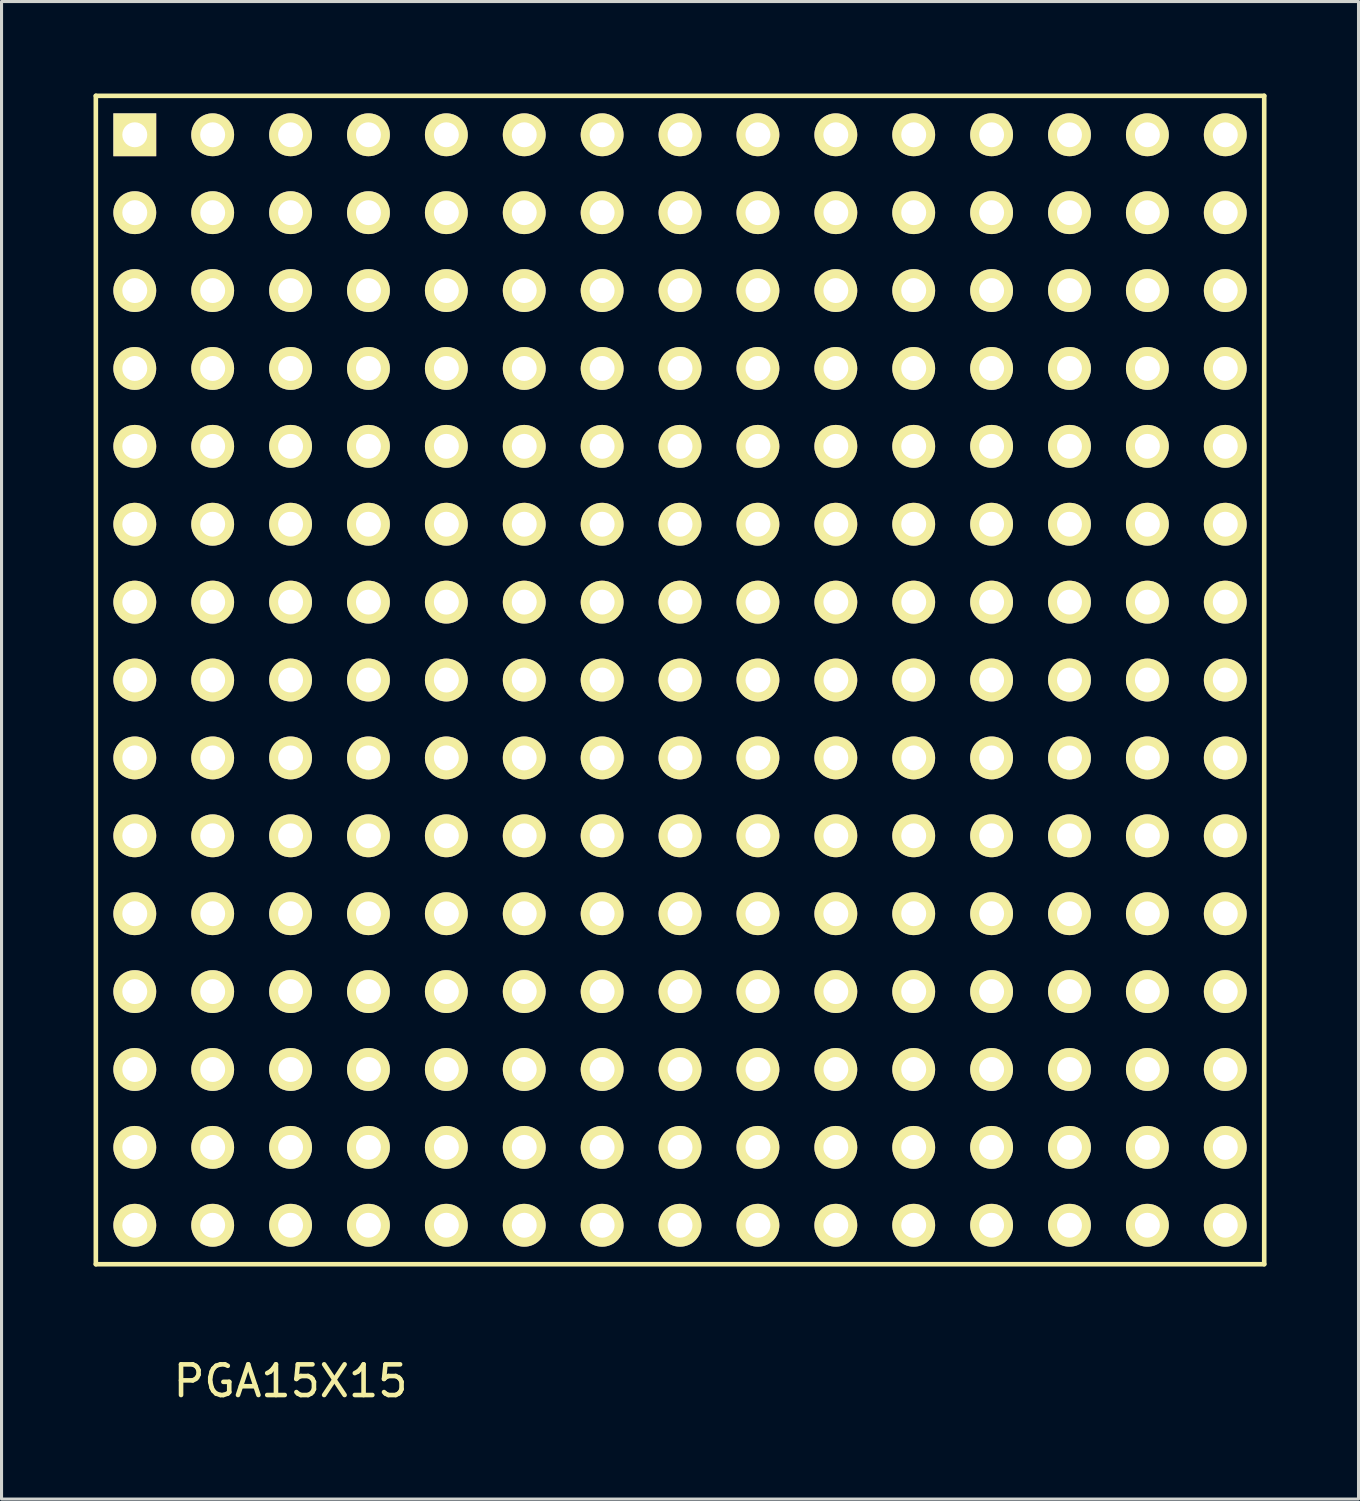
<source format=kicad_pcb>
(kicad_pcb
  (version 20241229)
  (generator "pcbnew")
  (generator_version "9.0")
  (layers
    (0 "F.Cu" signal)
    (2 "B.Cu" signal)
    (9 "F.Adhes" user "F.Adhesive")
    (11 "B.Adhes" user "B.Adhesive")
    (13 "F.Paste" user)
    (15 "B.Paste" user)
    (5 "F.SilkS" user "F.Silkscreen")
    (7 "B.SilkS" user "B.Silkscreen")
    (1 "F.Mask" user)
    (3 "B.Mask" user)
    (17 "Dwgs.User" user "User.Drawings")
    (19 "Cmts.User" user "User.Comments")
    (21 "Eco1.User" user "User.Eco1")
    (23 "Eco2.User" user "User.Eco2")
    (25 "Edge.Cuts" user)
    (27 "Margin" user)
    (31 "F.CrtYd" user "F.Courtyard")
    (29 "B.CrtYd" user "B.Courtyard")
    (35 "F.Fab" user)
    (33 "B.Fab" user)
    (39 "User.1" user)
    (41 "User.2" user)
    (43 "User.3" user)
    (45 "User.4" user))
  (footprint "PGA15X15"
    (layer "F.Cu")
    (at 19.125 19.125)
    (property "Reference" "PGA15X15" (at -12.7 22.86 0) (layer "F.SilkS") (effects (font (size 1 1) (thickness 0.15))))
    (attr through_hole)
    (fp_line (start -19.05 -19.05) (end -19.05 19.05) (stroke (width 0.15) (type solid)) (layer "F.SilkS"))
    (fp_line (start -19.05 19.05) (end 19.05 19.05) (stroke (width 0.15) (type solid)) (layer "F.SilkS"))
    (fp_line (start 19.05 -19.05) (end -19.05 -19.05) (stroke (width 0.15) (type solid)) (layer "F.SilkS"))
    (fp_line (start 19.05 19.05) (end 19.05 -19.05) (stroke (width 0.15) (type solid)) (layer "F.SilkS"))
    (pad "A1" thru_hole rect (at -17.78 -17.78) (size 1.397 1.397) (drill 0.813) (layers "*.Cu" "*.Mask" "F.SilkS"))
    (pad "A2" thru_hole circle (at -15.24 -17.78) (size 1.397 1.397) (drill 0.813) (layers "*.Cu" "*.Mask" "F.SilkS"))
    (pad "A3" thru_hole circle (at -12.7 -17.78) (size 1.397 1.397) (drill 0.813) (layers "*.Cu" "*.Mask" "F.SilkS"))
    (pad "A4" thru_hole circle (at -10.16 -17.78) (size 1.397 1.397) (drill 0.813) (layers "*.Cu" "*.Mask" "F.SilkS"))
    (pad "A5" thru_hole circle (at -7.62 -17.78) (size 1.397 1.397) (drill 0.813) (layers "*.Cu" "*.Mask" "F.SilkS"))
    (pad "A6" thru_hole circle (at -5.08 -17.78) (size 1.397 1.397) (drill 0.813) (layers "*.Cu" "*.Mask" "F.SilkS"))
    (pad "A7" thru_hole circle (at -2.54 -17.78) (size 1.397 1.397) (drill 0.813) (layers "*.Cu" "*.Mask" "F.SilkS"))
    (pad "A8" thru_hole circle (at 0 -17.78) (size 1.397 1.397) (drill 0.813) (layers "*.Cu" "*.Mask" "F.SilkS"))
    (pad "A9" thru_hole circle (at 2.54 -17.78) (size 1.397 1.397) (drill 0.813) (layers "*.Cu" "*.Mask" "F.SilkS"))
    (pad "A10" thru_hole circle (at 5.08 -17.78) (size 1.397 1.397) (drill 0.813) (layers "*.Cu" "*.Mask" "F.SilkS"))
    (pad "A11" thru_hole circle (at 7.62 -17.78) (size 1.397 1.397) (drill 0.813) (layers "*.Cu" "*.Mask" "F.SilkS"))
    (pad "A12" thru_hole circle (at 10.16 -17.78) (size 1.397 1.397) (drill 0.813) (layers "*.Cu" "*.Mask" "F.SilkS"))
    (pad "A13" thru_hole circle (at 12.7 -17.78) (size 1.397 1.397) (drill 0.813) (layers "*.Cu" "*.Mask" "F.SilkS"))
    (pad "A14" thru_hole circle (at 15.24 -17.78) (size 1.397 1.397) (drill 0.813) (layers "*.Cu" "*.Mask" "F.SilkS"))
    (pad "A15" thru_hole circle (at 17.78 -17.78) (size 1.397 1.397) (drill 0.813) (layers "*.Cu" "*.Mask" "F.SilkS"))
    (pad "B1" thru_hole circle (at -17.78 -15.24) (size 1.397 1.397) (drill 0.813) (layers "*.Cu" "*.Mask" "F.SilkS"))
    (pad "B2" thru_hole circle (at -15.24 -15.24) (size 1.397 1.397) (drill 0.813) (layers "*.Cu" "*.Mask" "F.SilkS"))
    (pad "B3" thru_hole circle (at -12.7 -15.24) (size 1.397 1.397) (drill 0.813) (layers "*.Cu" "*.Mask" "F.SilkS"))
    (pad "B4" thru_hole circle (at -10.16 -15.24) (size 1.397 1.397) (drill 0.813) (layers "*.Cu" "*.Mask" "F.SilkS"))
    (pad "B5" thru_hole circle (at -7.62 -15.24) (size 1.397 1.397) (drill 0.813) (layers "*.Cu" "*.Mask" "F.SilkS"))
    (pad "B6" thru_hole circle (at -5.08 -15.24) (size 1.397 1.397) (drill 0.813) (layers "*.Cu" "*.Mask" "F.SilkS"))
    (pad "B7" thru_hole circle (at -2.54 -15.24) (size 1.397 1.397) (drill 0.813) (layers "*.Cu" "*.Mask" "F.SilkS"))
    (pad "B8" thru_hole circle (at 0 -15.24) (size 1.397 1.397) (drill 0.813) (layers "*.Cu" "*.Mask" "F.SilkS"))
    (pad "B9" thru_hole circle (at 2.54 -15.24) (size 1.397 1.397) (drill 0.813) (layers "*.Cu" "*.Mask" "F.SilkS"))
    (pad "B10" thru_hole circle (at 5.08 -15.24) (size 1.397 1.397) (drill 0.813) (layers "*.Cu" "*.Mask" "F.SilkS"))
    (pad "B11" thru_hole circle (at 7.62 -15.24) (size 1.397 1.397) (drill 0.813) (layers "*.Cu" "*.Mask" "F.SilkS"))
    (pad "B12" thru_hole circle (at 10.16 -15.24) (size 1.397 1.397) (drill 0.813) (layers "*.Cu" "*.Mask" "F.SilkS"))
    (pad "B13" thru_hole circle (at 12.7 -15.24) (size 1.397 1.397) (drill 0.813) (layers "*.Cu" "*.Mask" "F.SilkS"))
    (pad "B14" thru_hole circle (at 15.24 -15.24) (size 1.397 1.397) (drill 0.813) (layers "*.Cu" "*.Mask" "F.SilkS"))
    (pad "B15" thru_hole circle (at 17.78 -15.24) (size 1.397 1.397) (drill 0.813) (layers "*.Cu" "*.Mask" "F.SilkS"))
    (pad "C1" thru_hole circle (at -17.78 -12.7) (size 1.397 1.397) (drill 0.813) (layers "*.Cu" "*.Mask" "F.SilkS"))
    (pad "C2" thru_hole circle (at -15.24 -12.7) (size 1.397 1.397) (drill 0.813) (layers "*.Cu" "*.Mask" "F.SilkS"))
    (pad "C3" thru_hole circle (at -12.7 -12.7) (size 1.397 1.397) (drill 0.813) (layers "*.Cu" "*.Mask" "F.SilkS"))
    (pad "C4" thru_hole circle (at -10.16 -12.7) (size 1.397 1.397) (drill 0.813) (layers "*.Cu" "*.Mask" "F.SilkS"))
    (pad "C5" thru_hole circle (at -7.62 -12.7) (size 1.397 1.397) (drill 0.813) (layers "*.Cu" "*.Mask" "F.SilkS"))
    (pad "C6" thru_hole circle (at -5.08 -12.7) (size 1.397 1.397) (drill 0.813) (layers "*.Cu" "*.Mask" "F.SilkS"))
    (pad "C7" thru_hole circle (at -2.54 -12.7) (size 1.397 1.397) (drill 0.813) (layers "*.Cu" "*.Mask" "F.SilkS"))
    (pad "C8" thru_hole circle (at 0 -12.7) (size 1.397 1.397) (drill 0.813) (layers "*.Cu" "*.Mask" "F.SilkS"))
    (pad "C9" thru_hole circle (at 2.54 -12.7) (size 1.397 1.397) (drill 0.813) (layers "*.Cu" "*.Mask" "F.SilkS"))
    (pad "C10" thru_hole circle (at 5.08 -12.7) (size 1.397 1.397) (drill 0.813) (layers "*.Cu" "*.Mask" "F.SilkS"))
    (pad "C11" thru_hole circle (at 7.62 -12.7) (size 1.397 1.397) (drill 0.813) (layers "*.Cu" "*.Mask" "F.SilkS"))
    (pad "C12" thru_hole circle (at 10.16 -12.7) (size 1.397 1.397) (drill 0.813) (layers "*.Cu" "*.Mask" "F.SilkS"))
    (pad "C13" thru_hole circle (at 12.7 -12.7) (size 1.397 1.397) (drill 0.813) (layers "*.Cu" "*.Mask" "F.SilkS"))
    (pad "C14" thru_hole circle (at 15.24 -12.7) (size 1.397 1.397) (drill 0.813) (layers "*.Cu" "*.Mask" "F.SilkS"))
    (pad "C15" thru_hole circle (at 17.78 -12.7) (size 1.397 1.397) (drill 0.813) (layers "*.Cu" "*.Mask" "F.SilkS"))
    (pad "D1" thru_hole circle (at -17.78 -10.16) (size 1.397 1.397) (drill 0.813) (layers "*.Cu" "*.Mask" "F.SilkS"))
    (pad "D2" thru_hole circle (at -15.24 -10.16) (size 1.397 1.397) (drill 0.813) (layers "*.Cu" "*.Mask" "F.SilkS"))
    (pad "D3" thru_hole circle (at -12.7 -10.16) (size 1.397 1.397) (drill 0.813) (layers "*.Cu" "*.Mask" "F.SilkS"))
    (pad "D4" thru_hole circle (at -10.16 -10.16) (size 1.397 1.397) (drill 0.813) (layers "*.Cu" "*.Mask" "F.SilkS"))
    (pad "D5" thru_hole circle (at -7.62 -10.16) (size 1.397 1.397) (drill 0.813) (layers "*.Cu" "*.Mask" "F.SilkS"))
    (pad "D6" thru_hole circle (at -5.08 -10.16) (size 1.397 1.397) (drill 0.813) (layers "*.Cu" "*.Mask" "F.SilkS"))
    (pad "D7" thru_hole circle (at -2.54 -10.16) (size 1.397 1.397) (drill 0.813) (layers "*.Cu" "*.Mask" "F.SilkS"))
    (pad "D8" thru_hole circle (at 0 -10.16) (size 1.397 1.397) (drill 0.813) (layers "*.Cu" "*.Mask" "F.SilkS"))
    (pad "D9" thru_hole circle (at 2.54 -10.16) (size 1.397 1.397) (drill 0.813) (layers "*.Cu" "*.Mask" "F.SilkS"))
    (pad "D10" thru_hole circle (at 5.08 -10.16) (size 1.397 1.397) (drill 0.813) (layers "*.Cu" "*.Mask" "F.SilkS"))
    (pad "D11" thru_hole circle (at 7.62 -10.16) (size 1.397 1.397) (drill 0.813) (layers "*.Cu" "*.Mask" "F.SilkS"))
    (pad "D12" thru_hole circle (at 10.16 -10.16) (size 1.397 1.397) (drill 0.813) (layers "*.Cu" "*.Mask" "F.SilkS"))
    (pad "D13" thru_hole circle (at 12.7 -10.16) (size 1.397 1.397) (drill 0.813) (layers "*.Cu" "*.Mask" "F.SilkS"))
    (pad "D14" thru_hole circle (at 15.24 -10.16) (size 1.397 1.397) (drill 0.813) (layers "*.Cu" "*.Mask" "F.SilkS"))
    (pad "D15" thru_hole circle (at 17.78 -10.16) (size 1.397 1.397) (drill 0.813) (layers "*.Cu" "*.Mask" "F.SilkS"))
    (pad "E1" thru_hole circle (at -17.78 -7.62) (size 1.397 1.397) (drill 0.813) (layers "*.Cu" "*.Mask" "F.SilkS"))
    (pad "E2" thru_hole circle (at -15.24 -7.62) (size 1.397 1.397) (drill 0.813) (layers "*.Cu" "*.Mask" "F.SilkS"))
    (pad "E3" thru_hole circle (at -12.7 -7.62) (size 1.397 1.397) (drill 0.813) (layers "*.Cu" "*.Mask" "F.SilkS"))
    (pad "E4" thru_hole circle (at -10.16 -7.62) (size 1.397 1.397) (drill 0.813) (layers "*.Cu" "*.Mask" "F.SilkS"))
    (pad "E5" thru_hole circle (at -7.62 -7.62) (size 1.397 1.397) (drill 0.813) (layers "*.Cu" "*.Mask" "F.SilkS"))
    (pad "E6" thru_hole circle (at -5.08 -7.62) (size 1.397 1.397) (drill 0.813) (layers "*.Cu" "*.Mask" "F.SilkS"))
    (pad "E7" thru_hole circle (at -2.54 -7.62) (size 1.397 1.397) (drill 0.813) (layers "*.Cu" "*.Mask" "F.SilkS"))
    (pad "E8" thru_hole circle (at 0 -7.62) (size 1.397 1.397) (drill 0.813) (layers "*.Cu" "*.Mask" "F.SilkS"))
    (pad "E9" thru_hole circle (at 2.54 -7.62) (size 1.397 1.397) (drill 0.813) (layers "*.Cu" "*.Mask" "F.SilkS"))
    (pad "E10" thru_hole circle (at 5.08 -7.62) (size 1.397 1.397) (drill 0.813) (layers "*.Cu" "*.Mask" "F.SilkS"))
    (pad "E11" thru_hole circle (at 7.62 -7.62) (size 1.397 1.397) (drill 0.813) (layers "*.Cu" "*.Mask" "F.SilkS"))
    (pad "E12" thru_hole circle (at 10.16 -7.62) (size 1.397 1.397) (drill 0.813) (layers "*.Cu" "*.Mask" "F.SilkS"))
    (pad "E13" thru_hole circle (at 12.7 -7.62) (size 1.397 1.397) (drill 0.813) (layers "*.Cu" "*.Mask" "F.SilkS"))
    (pad "E14" thru_hole circle (at 15.24 -7.62) (size 1.397 1.397) (drill 0.813) (layers "*.Cu" "*.Mask" "F.SilkS"))
    (pad "E15" thru_hole circle (at 17.78 -7.62) (size 1.397 1.397) (drill 0.813) (layers "*.Cu" "*.Mask" "F.SilkS"))
    (pad "F1" thru_hole circle (at -17.78 -5.08) (size 1.397 1.397) (drill 0.813) (layers "*.Cu" "*.Mask" "F.SilkS"))
    (pad "F2" thru_hole circle (at -15.24 -5.08) (size 1.397 1.397) (drill 0.813) (layers "*.Cu" "*.Mask" "F.SilkS"))
    (pad "F3" thru_hole circle (at -12.7 -5.08) (size 1.397 1.397) (drill 0.813) (layers "*.Cu" "*.Mask" "F.SilkS"))
    (pad "F4" thru_hole circle (at -10.16 -5.08) (size 1.397 1.397) (drill 0.813) (layers "*.Cu" "*.Mask" "F.SilkS"))
    (pad "F5" thru_hole circle (at -7.62 -5.08) (size 1.397 1.397) (drill 0.813) (layers "*.Cu" "*.Mask" "F.SilkS"))
    (pad "F6" thru_hole circle (at -5.08 -5.08) (size 1.397 1.397) (drill 0.813) (layers "*.Cu" "*.Mask" "F.SilkS"))
    (pad "F7" thru_hole circle (at -2.54 -5.08) (size 1.397 1.397) (drill 0.813) (layers "*.Cu" "*.Mask" "F.SilkS"))
    (pad "F8" thru_hole circle (at 0 -5.08) (size 1.397 1.397) (drill 0.813) (layers "*.Cu" "*.Mask" "F.SilkS"))
    (pad "F9" thru_hole circle (at 2.54 -5.08) (size 1.397 1.397) (drill 0.813) (layers "*.Cu" "*.Mask" "F.SilkS"))
    (pad "F10" thru_hole circle (at 5.08 -5.08) (size 1.397 1.397) (drill 0.813) (layers "*.Cu" "*.Mask" "F.SilkS"))
    (pad "F11" thru_hole circle (at 7.62 -5.08) (size 1.397 1.397) (drill 0.813) (layers "*.Cu" "*.Mask" "F.SilkS"))
    (pad "F12" thru_hole circle (at 10.16 -5.08) (size 1.397 1.397) (drill 0.813) (layers "*.Cu" "*.Mask" "F.SilkS"))
    (pad "F13" thru_hole circle (at 12.7 -5.08) (size 1.397 1.397) (drill 0.813) (layers "*.Cu" "*.Mask" "F.SilkS"))
    (pad "F14" thru_hole circle (at 15.24 -5.08) (size 1.397 1.397) (drill 0.813) (layers "*.Cu" "*.Mask" "F.SilkS"))
    (pad "F15" thru_hole circle (at 17.78 -5.08) (size 1.397 1.397) (drill 0.813) (layers "*.Cu" "*.Mask" "F.SilkS"))
    (pad "G1" thru_hole circle (at -17.78 -2.54) (size 1.397 1.397) (drill 0.813) (layers "*.Cu" "*.Mask" "F.SilkS"))
    (pad "G2" thru_hole circle (at -15.24 -2.54) (size 1.397 1.397) (drill 0.813) (layers "*.Cu" "*.Mask" "F.SilkS"))
    (pad "G3" thru_hole circle (at -12.7 -2.54) (size 1.397 1.397) (drill 0.813) (layers "*.Cu" "*.Mask" "F.SilkS"))
    (pad "G4" thru_hole circle (at -10.16 -2.54) (size 1.397 1.397) (drill 0.813) (layers "*.Cu" "*.Mask" "F.SilkS"))
    (pad "G5" thru_hole circle (at -7.62 -2.54) (size 1.397 1.397) (drill 0.813) (layers "*.Cu" "*.Mask" "F.SilkS"))
    (pad "G6" thru_hole circle (at -5.08 -2.54) (size 1.397 1.397) (drill 0.813) (layers "*.Cu" "*.Mask" "F.SilkS"))
    (pad "G7" thru_hole circle (at -2.54 -2.54) (size 1.397 1.397) (drill 0.813) (layers "*.Cu" "*.Mask" "F.SilkS"))
    (pad "G8" thru_hole circle (at 0 -2.54) (size 1.397 1.397) (drill 0.813) (layers "*.Cu" "*.Mask" "F.SilkS"))
    (pad "G9" thru_hole circle (at 2.54 -2.54) (size 1.397 1.397) (drill 0.813) (layers "*.Cu" "*.Mask" "F.SilkS"))
    (pad "G10" thru_hole circle (at 5.08 -2.54) (size 1.397 1.397) (drill 0.813) (layers "*.Cu" "*.Mask" "F.SilkS"))
    (pad "G11" thru_hole circle (at 7.62 -2.54) (size 1.397 1.397) (drill 0.813) (layers "*.Cu" "*.Mask" "F.SilkS"))
    (pad "G12" thru_hole circle (at 10.16 -2.54) (size 1.397 1.397) (drill 0.813) (layers "*.Cu" "*.Mask" "F.SilkS"))
    (pad "G13" thru_hole circle (at 12.7 -2.54) (size 1.397 1.397) (drill 0.813) (layers "*.Cu" "*.Mask" "F.SilkS"))
    (pad "G14" thru_hole circle (at 15.24 -2.54) (size 1.397 1.397) (drill 0.813) (layers "*.Cu" "*.Mask" "F.SilkS"))
    (pad "G15" thru_hole circle (at 17.78 -2.54) (size 1.397 1.397) (drill 0.813) (layers "*.Cu" "*.Mask" "F.SilkS"))
    (pad "H1" thru_hole circle (at -17.78 0) (size 1.397 1.397) (drill 0.813) (layers "*.Cu" "*.Mask" "F.SilkS"))
    (pad "H2" thru_hole circle (at -15.24 0) (size 1.397 1.397) (drill 0.813) (layers "*.Cu" "*.Mask" "F.SilkS"))
    (pad "H3" thru_hole circle (at -12.7 0) (size 1.397 1.397) (drill 0.813) (layers "*.Cu" "*.Mask" "F.SilkS"))
    (pad "H4" thru_hole circle (at -10.16 0) (size 1.397 1.397) (drill 0.813) (layers "*.Cu" "*.Mask" "F.SilkS"))
    (pad "H5" thru_hole circle (at -7.62 0) (size 1.397 1.397) (drill 0.813) (layers "*.Cu" "*.Mask" "F.SilkS"))
    (pad "H6" thru_hole circle (at -5.08 0) (size 1.397 1.397) (drill 0.813) (layers "*.Cu" "*.Mask" "F.SilkS"))
    (pad "H7" thru_hole circle (at -2.54 0) (size 1.397 1.397) (drill 0.813) (layers "*.Cu" "*.Mask" "F.SilkS"))
    (pad "H8" thru_hole circle (at 0 0) (size 1.397 1.397) (drill 0.813) (layers "*.Cu" "*.Mask" "F.SilkS"))
    (pad "H9" thru_hole circle (at 2.54 0) (size 1.397 1.397) (drill 0.813) (layers "*.Cu" "*.Mask" "F.SilkS"))
    (pad "H10" thru_hole circle (at 5.08 0) (size 1.397 1.397) (drill 0.813) (layers "*.Cu" "*.Mask" "F.SilkS"))
    (pad "H11" thru_hole circle (at 7.62 0) (size 1.397 1.397) (drill 0.813) (layers "*.Cu" "*.Mask" "F.SilkS"))
    (pad "H12" thru_hole circle (at 10.16 0) (size 1.397 1.397) (drill 0.813) (layers "*.Cu" "*.Mask" "F.SilkS"))
    (pad "H13" thru_hole circle (at 12.7 0) (size 1.397 1.397) (drill 0.813) (layers "*.Cu" "*.Mask" "F.SilkS"))
    (pad "H14" thru_hole circle (at 15.24 0) (size 1.397 1.397) (drill 0.813) (layers "*.Cu" "*.Mask" "F.SilkS"))
    (pad "H15" thru_hole circle (at 17.78 0) (size 1.397 1.397) (drill 0.813) (layers "*.Cu" "*.Mask" "F.SilkS"))
    (pad "J1" thru_hole circle (at -17.78 2.54) (size 1.397 1.397) (drill 0.813) (layers "*.Cu" "*.Mask" "F.SilkS"))
    (pad "J2" thru_hole circle (at -15.24 2.54) (size 1.397 1.397) (drill 0.813) (layers "*.Cu" "*.Mask" "F.SilkS"))
    (pad "J3" thru_hole circle (at -12.7 2.54) (size 1.397 1.397) (drill 0.813) (layers "*.Cu" "*.Mask" "F.SilkS"))
    (pad "J4" thru_hole circle (at -10.16 2.54) (size 1.397 1.397) (drill 0.813) (layers "*.Cu" "*.Mask" "F.SilkS"))
    (pad "J5" thru_hole circle (at -7.62 2.54) (size 1.397 1.397) (drill 0.813) (layers "*.Cu" "*.Mask" "F.SilkS"))
    (pad "J6" thru_hole circle (at -5.08 2.54) (size 1.397 1.397) (drill 0.813) (layers "*.Cu" "*.Mask" "F.SilkS"))
    (pad "J7" thru_hole circle (at -2.54 2.54) (size 1.397 1.397) (drill 0.813) (layers "*.Cu" "*.Mask" "F.SilkS"))
    (pad "J8" thru_hole circle (at 0 2.54) (size 1.397 1.397) (drill 0.813) (layers "*.Cu" "*.Mask" "F.SilkS"))
    (pad "J9" thru_hole circle (at 2.54 2.54) (size 1.397 1.397) (drill 0.813) (layers "*.Cu" "*.Mask" "F.SilkS"))
    (pad "J10" thru_hole circle (at 5.08 2.54) (size 1.397 1.397) (drill 0.813) (layers "*.Cu" "*.Mask" "F.SilkS"))
    (pad "J11" thru_hole circle (at 7.62 2.54) (size 1.397 1.397) (drill 0.813) (layers "*.Cu" "*.Mask" "F.SilkS"))
    (pad "J12" thru_hole circle (at 10.16 2.54) (size 1.397 1.397) (drill 0.813) (layers "*.Cu" "*.Mask" "F.SilkS"))
    (pad "J13" thru_hole circle (at 12.7 2.54) (size 1.397 1.397) (drill 0.813) (layers "*.Cu" "*.Mask" "F.SilkS"))
    (pad "J14" thru_hole circle (at 15.24 2.54) (size 1.397 1.397) (drill 0.813) (layers "*.Cu" "*.Mask" "F.SilkS"))
    (pad "J15" thru_hole circle (at 17.78 2.54) (size 1.397 1.397) (drill 0.813) (layers "*.Cu" "*.Mask" "F.SilkS"))
    (pad "K1" thru_hole circle (at -17.78 5.08) (size 1.397 1.397) (drill 0.813) (layers "*.Cu" "*.Mask" "F.SilkS"))
    (pad "K2" thru_hole circle (at -15.24 5.08) (size 1.397 1.397) (drill 0.813) (layers "*.Cu" "*.Mask" "F.SilkS"))
    (pad "K3" thru_hole circle (at -12.7 5.08) (size 1.397 1.397) (drill 0.813) (layers "*.Cu" "*.Mask" "F.SilkS"))
    (pad "K4" thru_hole circle (at -10.16 5.08) (size 1.397 1.397) (drill 0.813) (layers "*.Cu" "*.Mask" "F.SilkS"))
    (pad "K5" thru_hole circle (at -7.62 5.08) (size 1.397 1.397) (drill 0.813) (layers "*.Cu" "*.Mask" "F.SilkS"))
    (pad "K6" thru_hole circle (at -5.08 5.08) (size 1.397 1.397) (drill 0.813) (layers "*.Cu" "*.Mask" "F.SilkS"))
    (pad "K7" thru_hole circle (at -2.54 5.08) (size 1.397 1.397) (drill 0.813) (layers "*.Cu" "*.Mask" "F.SilkS"))
    (pad "K8" thru_hole circle (at 0 5.08) (size 1.397 1.397) (drill 0.813) (layers "*.Cu" "*.Mask" "F.SilkS"))
    (pad "K9" thru_hole circle (at 2.54 5.08) (size 1.397 1.397) (drill 0.813) (layers "*.Cu" "*.Mask" "F.SilkS"))
    (pad "K10" thru_hole circle (at 5.08 5.08) (size 1.397 1.397) (drill 0.813) (layers "*.Cu" "*.Mask" "F.SilkS"))
    (pad "K11" thru_hole circle (at 7.62 5.08) (size 1.397 1.397) (drill 0.813) (layers "*.Cu" "*.Mask" "F.SilkS"))
    (pad "K12" thru_hole circle (at 10.16 5.08) (size 1.397 1.397) (drill 0.813) (layers "*.Cu" "*.Mask" "F.SilkS"))
    (pad "K13" thru_hole circle (at 12.7 5.08) (size 1.397 1.397) (drill 0.813) (layers "*.Cu" "*.Mask" "F.SilkS"))
    (pad "K14" thru_hole circle (at 15.24 5.08) (size 1.397 1.397) (drill 0.813) (layers "*.Cu" "*.Mask" "F.SilkS"))
    (pad "K15" thru_hole circle (at 17.78 5.08) (size 1.397 1.397) (drill 0.813) (layers "*.Cu" "*.Mask" "F.SilkS"))
    (pad "L1" thru_hole circle (at -17.78 7.62) (size 1.397 1.397) (drill 0.813) (layers "*.Cu" "*.Mask" "F.SilkS"))
    (pad "L2" thru_hole circle (at -15.24 7.62) (size 1.397 1.397) (drill 0.813) (layers "*.Cu" "*.Mask" "F.SilkS"))
    (pad "L3" thru_hole circle (at -12.7 7.62) (size 1.397 1.397) (drill 0.813) (layers "*.Cu" "*.Mask" "F.SilkS"))
    (pad "L4" thru_hole circle (at -10.16 7.62) (size 1.397 1.397) (drill 0.813) (layers "*.Cu" "*.Mask" "F.SilkS"))
    (pad "L5" thru_hole circle (at -7.62 7.62) (size 1.397 1.397) (drill 0.813) (layers "*.Cu" "*.Mask" "F.SilkS"))
    (pad "L6" thru_hole circle (at -5.08 7.62) (size 1.397 1.397) (drill 0.813) (layers "*.Cu" "*.Mask" "F.SilkS"))
    (pad "L7" thru_hole circle (at -2.54 7.62) (size 1.397 1.397) (drill 0.813) (layers "*.Cu" "*.Mask" "F.SilkS"))
    (pad "L8" thru_hole circle (at 0 7.62) (size 1.397 1.397) (drill 0.813) (layers "*.Cu" "*.Mask" "F.SilkS"))
    (pad "L9" thru_hole circle (at 2.54 7.62) (size 1.397 1.397) (drill 0.813) (layers "*.Cu" "*.Mask" "F.SilkS"))
    (pad "L10" thru_hole circle (at 5.08 7.62) (size 1.397 1.397) (drill 0.813) (layers "*.Cu" "*.Mask" "F.SilkS"))
    (pad "L11" thru_hole circle (at 7.62 7.62) (size 1.397 1.397) (drill 0.813) (layers "*.Cu" "*.Mask" "F.SilkS"))
    (pad "L12" thru_hole circle (at 10.16 7.62) (size 1.397 1.397) (drill 0.813) (layers "*.Cu" "*.Mask" "F.SilkS"))
    (pad "L13" thru_hole circle (at 12.7 7.62) (size 1.397 1.397) (drill 0.813) (layers "*.Cu" "*.Mask" "F.SilkS"))
    (pad "L14" thru_hole circle (at 15.24 7.62) (size 1.397 1.397) (drill 0.813) (layers "*.Cu" "*.Mask" "F.SilkS"))
    (pad "L15" thru_hole circle (at 17.78 7.62) (size 1.397 1.397) (drill 0.813) (layers "*.Cu" "*.Mask" "F.SilkS"))
    (pad "M1" thru_hole circle (at -17.78 10.16) (size 1.397 1.397) (drill 0.813) (layers "*.Cu" "*.Mask" "F.SilkS"))
    (pad "M2" thru_hole circle (at -15.24 10.16) (size 1.397 1.397) (drill 0.813) (layers "*.Cu" "*.Mask" "F.SilkS"))
    (pad "M3" thru_hole circle (at -12.7 10.16) (size 1.397 1.397) (drill 0.813) (layers "*.Cu" "*.Mask" "F.SilkS"))
    (pad "M4" thru_hole circle (at -10.16 10.16) (size 1.397 1.397) (drill 0.813) (layers "*.Cu" "*.Mask" "F.SilkS"))
    (pad "M5" thru_hole circle (at -7.62 10.16) (size 1.397 1.397) (drill 0.813) (layers "*.Cu" "*.Mask" "F.SilkS"))
    (pad "M6" thru_hole circle (at -5.08 10.16) (size 1.397 1.397) (drill 0.813) (layers "*.Cu" "*.Mask" "F.SilkS"))
    (pad "M7" thru_hole circle (at -2.54 10.16) (size 1.397 1.397) (drill 0.813) (layers "*.Cu" "*.Mask" "F.SilkS"))
    (pad "M8" thru_hole circle (at 0 10.16) (size 1.397 1.397) (drill 0.813) (layers "*.Cu" "*.Mask" "F.SilkS"))
    (pad "M9" thru_hole circle (at 2.54 10.16) (size 1.397 1.397) (drill 0.813) (layers "*.Cu" "*.Mask" "F.SilkS"))
    (pad "M10" thru_hole circle (at 5.08 10.16) (size 1.397 1.397) (drill 0.813) (layers "*.Cu" "*.Mask" "F.SilkS"))
    (pad "M11" thru_hole circle (at 7.62 10.16) (size 1.397 1.397) (drill 0.813) (layers "*.Cu" "*.Mask" "F.SilkS"))
    (pad "M12" thru_hole circle (at 10.16 10.16) (size 1.397 1.397) (drill 0.813) (layers "*.Cu" "*.Mask" "F.SilkS"))
    (pad "M13" thru_hole circle (at 12.7 10.16) (size 1.397 1.397) (drill 0.813) (layers "*.Cu" "*.Mask" "F.SilkS"))
    (pad "M14" thru_hole circle (at 15.24 10.16) (size 1.397 1.397) (drill 0.813) (layers "*.Cu" "*.Mask" "F.SilkS"))
    (pad "M15" thru_hole circle (at 17.78 10.16) (size 1.397 1.397) (drill 0.813) (layers "*.Cu" "*.Mask" "F.SilkS"))
    (pad "N1" thru_hole circle (at -17.78 12.7) (size 1.397 1.397) (drill 0.813) (layers "*.Cu" "*.Mask" "F.SilkS"))
    (pad "N2" thru_hole circle (at -15.24 12.7) (size 1.397 1.397) (drill 0.813) (layers "*.Cu" "*.Mask" "F.SilkS"))
    (pad "N3" thru_hole circle (at -12.7 12.7) (size 1.397 1.397) (drill 0.813) (layers "*.Cu" "*.Mask" "F.SilkS"))
    (pad "N4" thru_hole circle (at -10.16 12.7) (size 1.397 1.397) (drill 0.813) (layers "*.Cu" "*.Mask" "F.SilkS"))
    (pad "N5" thru_hole circle (at -7.62 12.7) (size 1.397 1.397) (drill 0.813) (layers "*.Cu" "*.Mask" "F.SilkS"))
    (pad "N6" thru_hole circle (at -5.08 12.7) (size 1.397 1.397) (drill 0.813) (layers "*.Cu" "*.Mask" "F.SilkS"))
    (pad "N7" thru_hole circle (at -2.54 12.7) (size 1.397 1.397) (drill 0.813) (layers "*.Cu" "*.Mask" "F.SilkS"))
    (pad "N8" thru_hole circle (at 0 12.7) (size 1.397 1.397) (drill 0.813) (layers "*.Cu" "*.Mask" "F.SilkS"))
    (pad "N9" thru_hole circle (at 2.54 12.7) (size 1.397 1.397) (drill 0.813) (layers "*.Cu" "*.Mask" "F.SilkS"))
    (pad "N10" thru_hole circle (at 5.08 12.7) (size 1.397 1.397) (drill 0.813) (layers "*.Cu" "*.Mask" "F.SilkS"))
    (pad "N11" thru_hole circle (at 7.62 12.7) (size 1.397 1.397) (drill 0.813) (layers "*.Cu" "*.Mask" "F.SilkS"))
    (pad "N12" thru_hole circle (at 10.16 12.7) (size 1.397 1.397) (drill 0.813) (layers "*.Cu" "*.Mask" "F.SilkS"))
    (pad "N13" thru_hole circle (at 12.7 12.7) (size 1.397 1.397) (drill 0.813) (layers "*.Cu" "*.Mask" "F.SilkS"))
    (pad "N14" thru_hole circle (at 15.24 12.7) (size 1.397 1.397) (drill 0.813) (layers "*.Cu" "*.Mask" "F.SilkS"))
    (pad "N15" thru_hole circle (at 17.78 12.7) (size 1.397 1.397) (drill 0.813) (layers "*.Cu" "*.Mask" "F.SilkS"))
    (pad "P1" thru_hole circle (at -17.78 15.24) (size 1.397 1.397) (drill 0.813) (layers "*.Cu" "*.Mask" "F.SilkS"))
    (pad "P2" thru_hole circle (at -15.24 15.24) (size 1.397 1.397) (drill 0.813) (layers "*.Cu" "*.Mask" "F.SilkS"))
    (pad "P3" thru_hole circle (at -12.7 15.24) (size 1.397 1.397) (drill 0.813) (layers "*.Cu" "*.Mask" "F.SilkS"))
    (pad "P4" thru_hole circle (at -10.16 15.24) (size 1.397 1.397) (drill 0.813) (layers "*.Cu" "*.Mask" "F.SilkS"))
    (pad "P5" thru_hole circle (at -7.62 15.24) (size 1.397 1.397) (drill 0.813) (layers "*.Cu" "*.Mask" "F.SilkS"))
    (pad "P6" thru_hole circle (at -5.08 15.24) (size 1.397 1.397) (drill 0.813) (layers "*.Cu" "*.Mask" "F.SilkS"))
    (pad "P7" thru_hole circle (at -2.54 15.24) (size 1.397 1.397) (drill 0.813) (layers "*.Cu" "*.Mask" "F.SilkS"))
    (pad "P8" thru_hole circle (at 0 15.24) (size 1.397 1.397) (drill 0.813) (layers "*.Cu" "*.Mask" "F.SilkS"))
    (pad "P9" thru_hole circle (at 2.54 15.24) (size 1.397 1.397) (drill 0.813) (layers "*.Cu" "*.Mask" "F.SilkS"))
    (pad "P10" thru_hole circle (at 5.08 15.24) (size 1.397 1.397) (drill 0.813) (layers "*.Cu" "*.Mask" "F.SilkS"))
    (pad "P11" thru_hole circle (at 7.62 15.24) (size 1.397 1.397) (drill 0.813) (layers "*.Cu" "*.Mask" "F.SilkS"))
    (pad "P12" thru_hole circle (at 10.16 15.24) (size 1.397 1.397) (drill 0.813) (layers "*.Cu" "*.Mask" "F.SilkS"))
    (pad "P13" thru_hole circle (at 12.7 15.24) (size 1.397 1.397) (drill 0.813) (layers "*.Cu" "*.Mask" "F.SilkS"))
    (pad "P14" thru_hole circle (at 15.24 15.24) (size 1.397 1.397) (drill 0.813) (layers "*.Cu" "*.Mask" "F.SilkS"))
    (pad "P15" thru_hole circle (at 17.78 15.24) (size 1.397 1.397) (drill 0.813) (layers "*.Cu" "*.Mask" "F.SilkS"))
    (pad "Q1" thru_hole circle (at -17.78 17.78) (size 1.397 1.397) (drill 0.813) (layers "*.Cu" "*.Mask" "F.SilkS"))
    (pad "Q2" thru_hole circle (at -15.24 17.78) (size 1.397 1.397) (drill 0.813) (layers "*.Cu" "*.Mask" "F.SilkS"))
    (pad "Q3" thru_hole circle (at -12.7 17.78) (size 1.397 1.397) (drill 0.813) (layers "*.Cu" "*.Mask" "F.SilkS"))
    (pad "Q4" thru_hole circle (at -10.16 17.78) (size 1.397 1.397) (drill 0.813) (layers "*.Cu" "*.Mask" "F.SilkS"))
    (pad "Q5" thru_hole circle (at -7.62 17.78) (size 1.397 1.397) (drill 0.813) (layers "*.Cu" "*.Mask" "F.SilkS"))
    (pad "Q6" thru_hole circle (at -5.08 17.78) (size 1.397 1.397) (drill 0.813) (layers "*.Cu" "*.Mask" "F.SilkS"))
    (pad "Q7" thru_hole circle (at -2.54 17.78) (size 1.397 1.397) (drill 0.813) (layers "*.Cu" "*.Mask" "F.SilkS"))
    (pad "Q8" thru_hole circle (at 0 17.78) (size 1.397 1.397) (drill 0.813) (layers "*.Cu" "*.Mask" "F.SilkS"))
    (pad "Q9" thru_hole circle (at 2.54 17.78) (size 1.397 1.397) (drill 0.813) (layers "*.Cu" "*.Mask" "F.SilkS"))
    (pad "Q10" thru_hole circle (at 5.08 17.78) (size 1.397 1.397) (drill 0.813) (layers "*.Cu" "*.Mask" "F.SilkS"))
    (pad "Q11" thru_hole circle (at 7.62 17.78) (size 1.397 1.397) (drill 0.813) (layers "*.Cu" "*.Mask" "F.SilkS"))
    (pad "Q12" thru_hole circle (at 10.16 17.78) (size 1.397 1.397) (drill 0.813) (layers "*.Cu" "*.Mask" "F.SilkS"))
    (pad "Q13" thru_hole circle (at 12.7 17.78) (size 1.397 1.397) (drill 0.813) (layers "*.Cu" "*.Mask" "F.SilkS"))
    (pad "Q14" thru_hole circle (at 15.24 17.78) (size 1.397 1.397) (drill 0.813) (layers "*.Cu" "*.Mask" "F.SilkS"))
    (pad "Q15" thru_hole circle (at 17.78 17.78) (size 1.397 1.397) (drill 0.813) (layers "*.Cu" "*.Mask" "F.SilkS")))
  (gr_rect
    (start -3 -3)
    (end 41.25 45.833)
    (stroke (width 0.1) (type default))
    (fill no)
    (layer "Edge.Cuts")))
</source>
